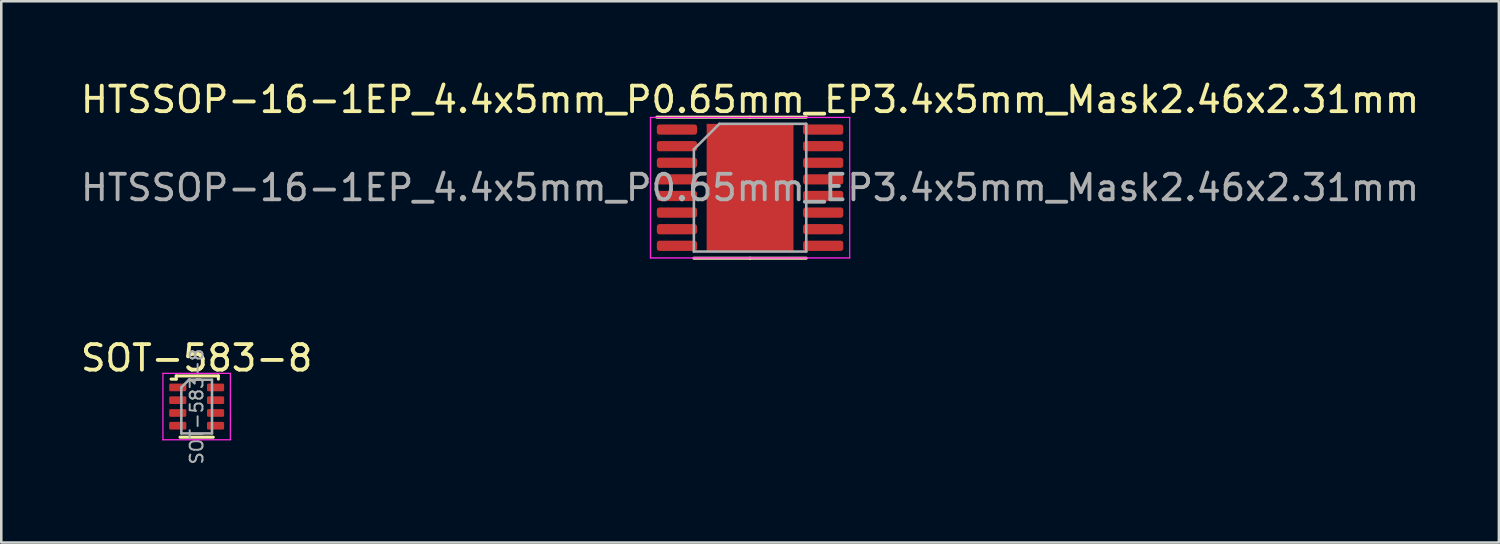
<source format=kicad_pcb>
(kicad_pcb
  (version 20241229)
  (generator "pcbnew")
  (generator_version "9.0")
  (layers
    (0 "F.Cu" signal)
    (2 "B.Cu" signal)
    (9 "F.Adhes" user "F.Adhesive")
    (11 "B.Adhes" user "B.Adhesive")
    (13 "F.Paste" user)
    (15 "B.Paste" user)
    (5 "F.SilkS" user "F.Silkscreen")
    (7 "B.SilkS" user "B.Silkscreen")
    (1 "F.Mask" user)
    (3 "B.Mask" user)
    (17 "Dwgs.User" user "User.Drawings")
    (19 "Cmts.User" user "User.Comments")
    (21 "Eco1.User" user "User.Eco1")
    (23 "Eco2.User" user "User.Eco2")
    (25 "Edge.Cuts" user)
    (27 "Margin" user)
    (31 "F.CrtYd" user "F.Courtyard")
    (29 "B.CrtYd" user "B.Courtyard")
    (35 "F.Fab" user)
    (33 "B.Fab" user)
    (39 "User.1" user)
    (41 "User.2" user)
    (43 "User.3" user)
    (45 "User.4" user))
  (footprint "SOT-583-8"
    (layer "F.Cu")
    (at 4.649 12.867)
    (property "Reference" "SOT-583-8" (at 0 -1.9 0) (unlocked yes) (layer "F.SilkS") (effects (font (size 1 1) (thickness 0.15))))
    (attr smd)
    (fp_line (start -0.8 -1.2) (end 0.85 -1.2) (stroke (width 0.12) (type default)) (layer "F.SilkS"))
    (fp_line (start -0.8 -1.075) (end -1 -1.075) (stroke (width 0.12) (type default)) (layer "F.SilkS"))
    (fp_line (start -0.8 -1.075) (end -0.8 -1.2) (stroke (width 0.12) (type default)) (layer "F.SilkS"))
    (fp_line (start 0.65 1.2) (end -0.65 1.2) (stroke (width 0.12) (type default)) (layer "F.SilkS"))
    (fp_line (start 0.85 -1.2) (end 0.85 -1.075) (stroke (width 0.12) (type default)) (layer "F.SilkS"))
    (fp_line (start -1.32 -1.3) (end 1.32 -1.3) (stroke (width 0.05) (type default)) (layer "F.CrtYd"))
    (fp_line (start -1.32 1.3) (end -1.32 -1.3) (stroke (width 0.05) (type default)) (layer "F.CrtYd"))
    (fp_line (start 1.32 -1.3) (end 1.32 1.3) (stroke (width 0.05) (type default)) (layer "F.CrtYd"))
    (fp_line (start 1.32 1.3) (end -1.32 1.3) (stroke (width 0.05) (type default)) (layer "F.CrtYd"))
    (fp_line (start -0.6 -0.75) (end -0.6 1.05) (stroke (width 0.1) (type default)) (layer "F.Fab"))
    (fp_line (start -0.6 1.05) (end 0.6 1.05) (stroke (width 0.1) (type default)) (layer "F.Fab"))
    (fp_line (start -0.3 -1.05) (end -0.6 -0.75) (stroke (width 0.1) (type default)) (layer "F.Fab"))
    (fp_line (start 0.6 -1.05) (end -0.3 -1.05) (stroke (width 0.1) (type default)) (layer "F.Fab"))
    (fp_line (start 0.6 -1.05) (end 0.6 1.05) (stroke (width 0.1) (type default)) (layer "F.Fab"))
    (fp_text user "${REFERENCE}" (at 0 0 90) (unlocked yes) (layer "F.Fab") (effects (font (size 0.5 0.5) (thickness 0.075))))
    (pad "1" smd roundrect (at -0.74 -0.75) (size 0.67 0.3) (layers "F.Cu" "F.Mask" "F.Paste") (roundrect_rratio 0.167))
    (pad "2" smd roundrect (at -0.74 -0.25) (size 0.67 0.3) (layers "F.Cu" "F.Mask" "F.Paste") (roundrect_rratio 0.167))
    (pad "3" smd roundrect (at -0.74 0.25) (size 0.67 0.3) (layers "F.Cu" "F.Mask" "F.Paste") (roundrect_rratio 0.167))
    (pad "4" smd roundrect (at -0.74 0.75) (size 0.67 0.3) (layers "F.Cu" "F.Mask" "F.Paste") (roundrect_rratio 0.167))
    (pad "5" smd roundrect (at 0.74 0.75) (size 0.67 0.3) (layers "F.Cu" "F.Mask" "F.Paste") (roundrect_rratio 0.167))
    (pad "6" smd roundrect (at 0.74 0.25) (size 0.67 0.3) (layers "F.Cu" "F.Mask" "F.Paste") (roundrect_rratio 0.167))
    (pad "7" smd roundrect (at 0.74 -0.25) (size 0.67 0.3) (layers "F.Cu" "F.Mask" "F.Paste") (roundrect_rratio 0.167))
    (pad "8" smd roundrect (at 0.74 -0.75) (size 0.67 0.3) (layers "F.Cu" "F.Mask" "F.Paste") (roundrect_rratio 0.167)))
  (footprint "HTSSOP-16-1EP_4.4x5mm_P0.65mm_EP3.4x5mm_Mask2.46x2.31mm"
    (layer "F.Cu")
    (at 26.315 4.298)
    (property "Reference" "HTSSOP-16-1EP_4.4x5mm_P0.65mm_EP3.4x5mm_Mask2.46x2.31mm" (at 0 -3.45 0) (layer "F.SilkS") (effects (font (size 1 1) (thickness 0.15))))
    (attr smd)
    (fp_line (start 0 -2.76) (end -3.65 -2.76) (stroke (width 0.12) (type solid)) (layer "F.SilkS"))
    (fp_line (start 0 -2.76) (end 2.2 -2.76) (stroke (width 0.12) (type solid)) (layer "F.SilkS"))
    (fp_line (start 0 2.76) (end -2.2 2.76) (stroke (width 0.12) (type solid)) (layer "F.SilkS"))
    (fp_line (start 0 2.76) (end 2.2 2.76) (stroke (width 0.12) (type solid)) (layer "F.SilkS"))
    (fp_line (start -3.9 -2.75) (end -3.9 2.75) (stroke (width 0.05) (type solid)) (layer "F.CrtYd"))
    (fp_line (start -3.9 2.75) (end 3.9 2.75) (stroke (width 0.05) (type solid)) (layer "F.CrtYd"))
    (fp_line (start 3.9 -2.75) (end -3.9 -2.75) (stroke (width 0.05) (type solid)) (layer "F.CrtYd"))
    (fp_line (start 3.9 2.75) (end 3.9 -2.75) (stroke (width 0.05) (type solid)) (layer "F.CrtYd"))
    (fp_line (start -2.2 -1.5) (end -1.2 -2.5) (stroke (width 0.1) (type solid)) (layer "F.Fab"))
    (fp_line (start -2.2 2.5) (end -2.2 -1.5) (stroke (width 0.1) (type solid)) (layer "F.Fab"))
    (fp_line (start -1.2 -2.5) (end 2.2 -2.5) (stroke (width 0.1) (type solid)) (layer "F.Fab"))
    (fp_line (start 2.2 -2.5) (end 2.2 2.5) (stroke (width 0.1) (type solid)) (layer "F.Fab"))
    (fp_line (start 2.2 2.5) (end -2.2 2.5) (stroke (width 0.1) (type solid)) (layer "F.Fab"))
    (fp_text user "${REFERENCE}" (at 0 0 0) (layer "F.Fab") (effects (font (size 1 1) (thickness 0.15))))
    (pad "" smd rect (at 0 0) (size 2.46 2.31) (layers "F.Mask"))
    (pad "" smd rect (at 0 0) (size 2.46 2.31) (layers "F.Paste"))
    (pad "1" smd roundrect (at -2.862 -2.275) (size 1.575 0.4) (layers "F.Cu" "F.Mask" "F.Paste") (roundrect_rratio 0.25))
    (pad "2" smd roundrect (at -2.862 -1.625) (size 1.575 0.4) (layers "F.Cu" "F.Mask" "F.Paste") (roundrect_rratio 0.25))
    (pad "3" smd roundrect (at -2.862 -0.975) (size 1.575 0.4) (layers "F.Cu" "F.Mask" "F.Paste") (roundrect_rratio 0.25))
    (pad "4" smd roundrect (at -2.862 -0.325) (size 1.575 0.4) (layers "F.Cu" "F.Mask" "F.Paste") (roundrect_rratio 0.25))
    (pad "5" smd roundrect (at -2.862 0.325) (size 1.575 0.4) (layers "F.Cu" "F.Mask" "F.Paste") (roundrect_rratio 0.25))
    (pad "6" smd roundrect (at -2.862 0.975) (size 1.575 0.4) (layers "F.Cu" "F.Mask" "F.Paste") (roundrect_rratio 0.25))
    (pad "7" smd roundrect (at -2.862 1.625) (size 1.575 0.4) (layers "F.Cu" "F.Mask" "F.Paste") (roundrect_rratio 0.25))
    (pad "8" smd roundrect (at -2.862 2.275) (size 1.575 0.4) (layers "F.Cu" "F.Mask" "F.Paste") (roundrect_rratio 0.25))
    (pad "9" smd roundrect (at 2.862 2.275) (size 1.575 0.4) (layers "F.Cu" "F.Mask" "F.Paste") (roundrect_rratio 0.25))
    (pad "10" smd roundrect (at 2.862 1.625) (size 1.575 0.4) (layers "F.Cu" "F.Mask" "F.Paste") (roundrect_rratio 0.25))
    (pad "11" smd roundrect (at 2.862 0.975) (size 1.575 0.4) (layers "F.Cu" "F.Mask" "F.Paste") (roundrect_rratio 0.25))
    (pad "12" smd roundrect (at 2.862 0.325) (size 1.575 0.4) (layers "F.Cu" "F.Mask" "F.Paste") (roundrect_rratio 0.25))
    (pad "13" smd roundrect (at 2.862 -0.325) (size 1.575 0.4) (layers "F.Cu" "F.Mask" "F.Paste") (roundrect_rratio 0.25))
    (pad "14" smd roundrect (at 2.862 -0.975) (size 1.575 0.4) (layers "F.Cu" "F.Mask" "F.Paste") (roundrect_rratio 0.25))
    (pad "15" smd roundrect (at 2.862 -1.625) (size 1.575 0.4) (layers "F.Cu" "F.Mask" "F.Paste") (roundrect_rratio 0.25))
    (pad "16" smd roundrect (at 2.862 -2.275) (size 1.575 0.4) (layers "F.Cu" "F.Mask" "F.Paste") (roundrect_rratio 0.25))
    (pad "17" smd rect (at 0 0) (size 3.4 5) (layers "F.Cu")))
  (gr_rect
    (start -3 -3)
    (end 55.631 18.191)
    (stroke (width 0.1) (type default))
    (fill no)
    (layer "Edge.Cuts")))
</source>
